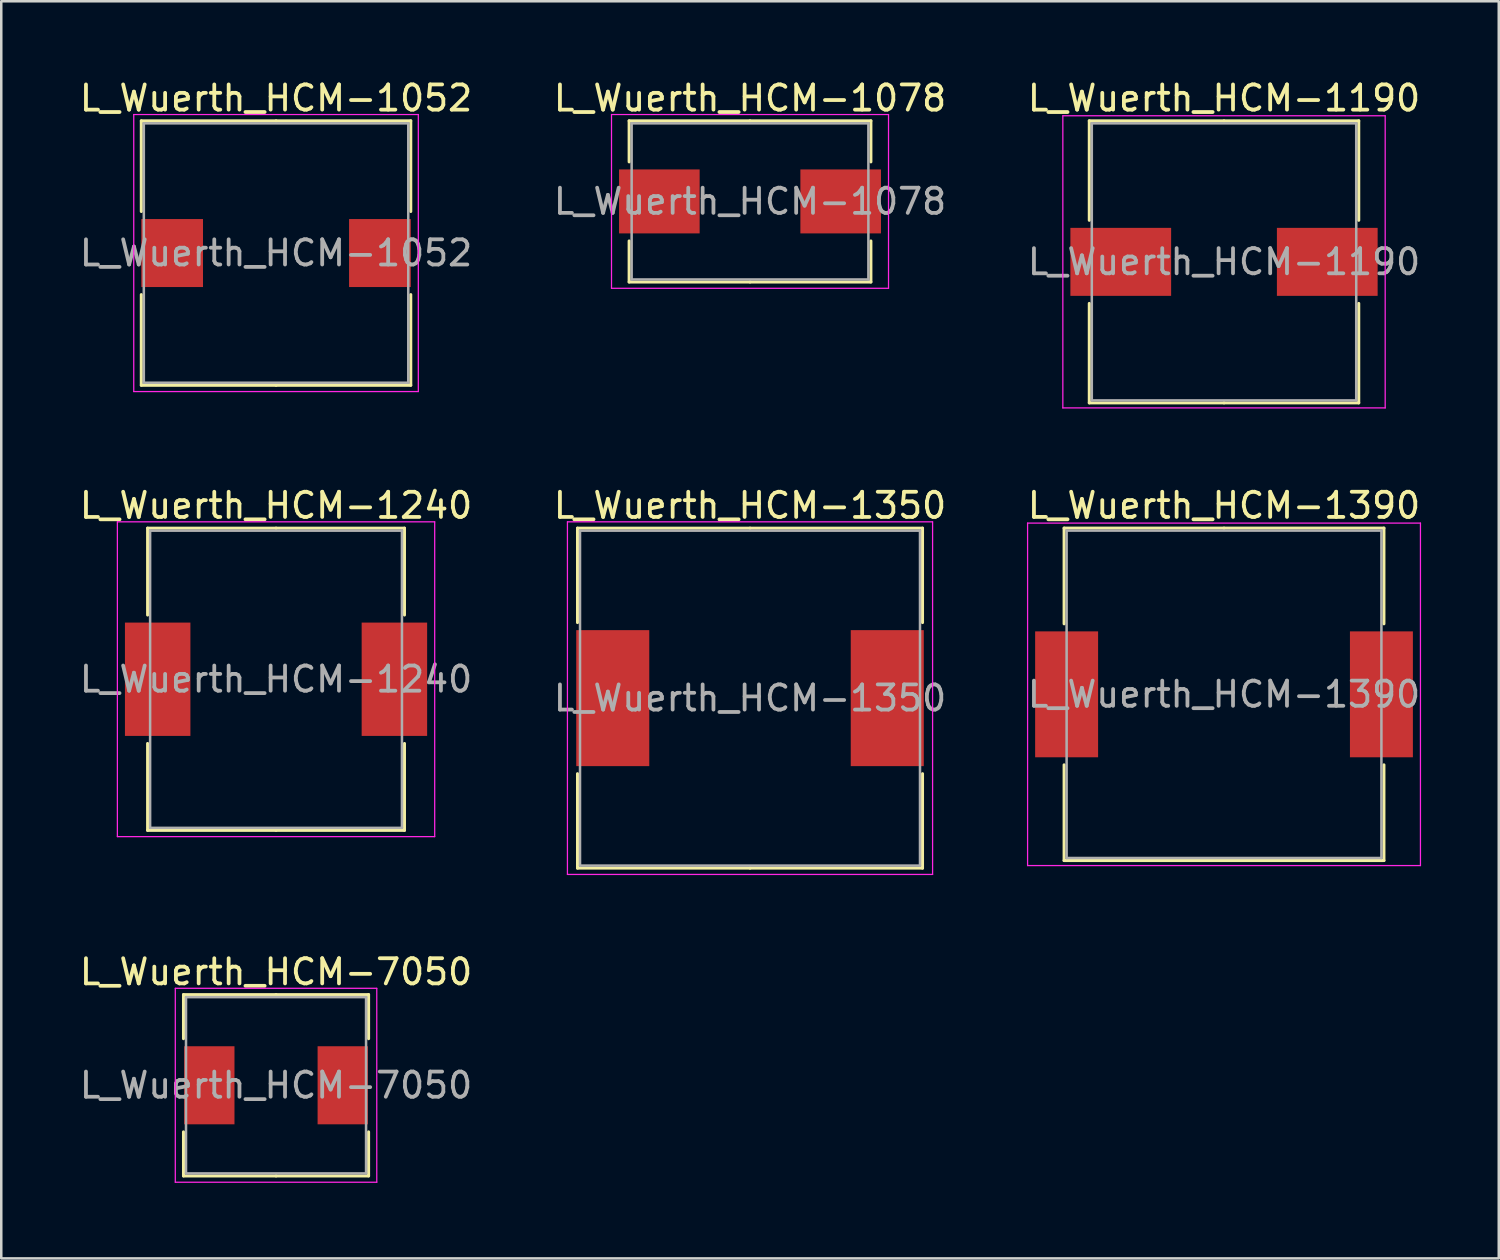
<source format=kicad_pcb>
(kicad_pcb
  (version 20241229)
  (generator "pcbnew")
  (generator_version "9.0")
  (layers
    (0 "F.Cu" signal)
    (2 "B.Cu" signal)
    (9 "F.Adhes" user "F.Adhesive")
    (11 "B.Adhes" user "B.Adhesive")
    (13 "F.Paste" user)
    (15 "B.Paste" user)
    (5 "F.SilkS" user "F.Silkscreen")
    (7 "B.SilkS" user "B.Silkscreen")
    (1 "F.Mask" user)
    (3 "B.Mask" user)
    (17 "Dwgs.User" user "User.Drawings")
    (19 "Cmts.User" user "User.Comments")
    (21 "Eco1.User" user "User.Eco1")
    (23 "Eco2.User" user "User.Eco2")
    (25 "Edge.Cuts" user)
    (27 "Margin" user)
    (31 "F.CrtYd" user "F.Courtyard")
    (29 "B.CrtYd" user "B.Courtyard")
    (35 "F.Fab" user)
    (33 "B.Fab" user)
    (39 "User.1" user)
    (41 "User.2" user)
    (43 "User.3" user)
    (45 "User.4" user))
  (footprint "L_Wuerth_HCM-1240"
    (layer "F.Cu")
    (at 7.911 23.922)
    (property "Reference" "L_Wuerth_HCM-1240" (at 0 -6.9 0) (layer "F.SilkS") (effects (font (size 1 1) (thickness 0.15))))
    (attr smd)
    (fp_line (start -5.1 -6) (end 0 -6) (stroke (width 0.12) (type solid)) (layer "F.SilkS"))
    (fp_line (start -5.1 -2.55) (end -5.1 -6) (stroke (width 0.12) (type solid)) (layer "F.SilkS"))
    (fp_line (start -5.1 2.55) (end -5.1 6) (stroke (width 0.12) (type solid)) (layer "F.SilkS"))
    (fp_line (start -5.1 6) (end 0 6) (stroke (width 0.12) (type solid)) (layer "F.SilkS"))
    (fp_line (start 5.1 -6) (end 0 -6) (stroke (width 0.12) (type solid)) (layer "F.SilkS"))
    (fp_line (start 5.1 -2.55) (end 5.1 -6) (stroke (width 0.12) (type solid)) (layer "F.SilkS"))
    (fp_line (start 5.1 2.55) (end 5.1 6) (stroke (width 0.12) (type solid)) (layer "F.SilkS"))
    (fp_line (start 5.1 6) (end 0 6) (stroke (width 0.12) (type solid)) (layer "F.SilkS"))
    (fp_line (start -6.3 -6.25) (end -6.3 6.25) (stroke (width 0.05) (type solid)) (layer "F.CrtYd"))
    (fp_line (start -6.3 6.25) (end 6.3 6.25) (stroke (width 0.05) (type solid)) (layer "F.CrtYd"))
    (fp_line (start 6.3 -6.25) (end -6.3 -6.25) (stroke (width 0.05) (type solid)) (layer "F.CrtYd"))
    (fp_line (start 6.3 6.25) (end 6.3 -6.25) (stroke (width 0.05) (type solid)) (layer "F.CrtYd"))
    (fp_line (start -5 -5.9) (end -5 5.9) (stroke (width 0.1) (type solid)) (layer "F.Fab"))
    (fp_line (start -5 5.9) (end 5 5.9) (stroke (width 0.1) (type solid)) (layer "F.Fab"))
    (fp_line (start 5 -5.9) (end -5 -5.9) (stroke (width 0.1) (type solid)) (layer "F.Fab"))
    (fp_line (start 5 5.9) (end 5 -5.9) (stroke (width 0.1) (type solid)) (layer "F.Fab"))
    (fp_text user "${REFERENCE}" (at 0 0 0) (layer "F.Fab") (effects (font (size 1 1) (thickness 0.15))))
    (pad "1" smd rect (at -4.7 0) (size 2.6 4.5) (layers "F.Cu" "F.Mask" "F.Paste"))
    (pad "2" smd rect (at 4.7 0) (size 2.6 4.5) (layers "F.Cu" "F.Mask" "F.Paste")))
  (footprint "L_Wuerth_HCM-1350"
    (layer "F.Cu")
    (at 26.732 24.672)
    (property "Reference" "L_Wuerth_HCM-1350" (at 0 -7.65 0) (layer "F.SilkS") (effects (font (size 1 1) (thickness 0.15))))
    (attr smd)
    (fp_line (start -6.85 -6.75) (end 0 -6.75) (stroke (width 0.12) (type solid)) (layer "F.SilkS"))
    (fp_line (start -6.85 -3) (end -6.85 -6.75) (stroke (width 0.12) (type solid)) (layer "F.SilkS"))
    (fp_line (start -6.85 3) (end -6.85 6.75) (stroke (width 0.12) (type solid)) (layer "F.SilkS"))
    (fp_line (start -6.85 6.75) (end 0 6.75) (stroke (width 0.12) (type solid)) (layer "F.SilkS"))
    (fp_line (start 6.85 -6.75) (end 0 -6.75) (stroke (width 0.12) (type solid)) (layer "F.SilkS"))
    (fp_line (start 6.85 -3) (end 6.85 -6.75) (stroke (width 0.12) (type solid)) (layer "F.SilkS"))
    (fp_line (start 6.85 3) (end 6.85 6.75) (stroke (width 0.12) (type solid)) (layer "F.SilkS"))
    (fp_line (start 6.85 6.75) (end 0 6.75) (stroke (width 0.12) (type solid)) (layer "F.SilkS"))
    (fp_line (start -7.25 -7) (end -7.25 7) (stroke (width 0.05) (type solid)) (layer "F.CrtYd"))
    (fp_line (start -7.25 7) (end 7.25 7) (stroke (width 0.05) (type solid)) (layer "F.CrtYd"))
    (fp_line (start 7.25 -7) (end -7.25 -7) (stroke (width 0.05) (type solid)) (layer "F.CrtYd"))
    (fp_line (start 7.25 7) (end 7.25 -7) (stroke (width 0.05) (type solid)) (layer "F.CrtYd"))
    (fp_line (start -6.75 -6.65) (end -6.75 6.65) (stroke (width 0.1) (type solid)) (layer "F.Fab"))
    (fp_line (start -6.75 6.65) (end 6.75 6.65) (stroke (width 0.1) (type solid)) (layer "F.Fab"))
    (fp_line (start 6.75 -6.65) (end -6.75 -6.65) (stroke (width 0.1) (type solid)) (layer "F.Fab"))
    (fp_line (start 6.75 6.65) (end 6.75 -6.65) (stroke (width 0.1) (type solid)) (layer "F.Fab"))
    (fp_text user "${REFERENCE}" (at 0 0 0) (layer "F.Fab") (effects (font (size 1 1) (thickness 0.15))))
    (pad "1" smd rect (at -5.45 0) (size 2.9 5.4) (layers "F.Cu" "F.Mask" "F.Paste"))
    (pad "2" smd rect (at 5.45 0) (size 2.9 5.4) (layers "F.Cu" "F.Mask" "F.Paste")))
  (footprint "L_Wuerth_HCM-7050"
    (layer "F.Cu")
    (at 7.911 40.045)
    (property "Reference" "L_Wuerth_HCM-7050" (at 0 -4.5 0) (layer "F.SilkS") (effects (font (size 1 1) (thickness 0.15))))
    (attr smd)
    (fp_line (start -3.675 -3.6) (end 0 -3.6) (stroke (width 0.12) (type solid)) (layer "F.SilkS"))
    (fp_line (start -3.675 -1.85) (end -3.675 -3.6) (stroke (width 0.12) (type solid)) (layer "F.SilkS"))
    (fp_line (start -3.675 1.85) (end -3.675 3.6) (stroke (width 0.12) (type solid)) (layer "F.SilkS"))
    (fp_line (start -3.675 3.6) (end 0 3.6) (stroke (width 0.12) (type solid)) (layer "F.SilkS"))
    (fp_line (start 3.675 -3.6) (end 0 -3.6) (stroke (width 0.12) (type solid)) (layer "F.SilkS"))
    (fp_line (start 3.675 -1.85) (end 3.675 -3.6) (stroke (width 0.12) (type solid)) (layer "F.SilkS"))
    (fp_line (start 3.675 1.85) (end 3.675 3.6) (stroke (width 0.12) (type solid)) (layer "F.SilkS"))
    (fp_line (start 3.675 3.6) (end 0 3.6) (stroke (width 0.12) (type solid)) (layer "F.SilkS"))
    (fp_line (start -4 -3.85) (end -4 3.85) (stroke (width 0.05) (type solid)) (layer "F.CrtYd"))
    (fp_line (start -4 3.85) (end 4 3.85) (stroke (width 0.05) (type solid)) (layer "F.CrtYd"))
    (fp_line (start 4 -3.85) (end -4 -3.85) (stroke (width 0.05) (type solid)) (layer "F.CrtYd"))
    (fp_line (start 4 3.85) (end 4 -3.85) (stroke (width 0.05) (type solid)) (layer "F.CrtYd"))
    (fp_line (start -3.575 -3.5) (end -3.575 3.5) (stroke (width 0.1) (type solid)) (layer "F.Fab"))
    (fp_line (start -3.575 3.5) (end 3.575 3.5) (stroke (width 0.1) (type solid)) (layer "F.Fab"))
    (fp_line (start 3.575 -3.5) (end -3.575 -3.5) (stroke (width 0.1) (type solid)) (layer "F.Fab"))
    (fp_line (start 3.575 3.5) (end 3.575 -3.5) (stroke (width 0.1) (type solid)) (layer "F.Fab"))
    (fp_text user "${REFERENCE}" (at 0 0 0) (layer "F.Fab") (effects (font (size 1 1) (thickness 0.15))))
    (pad "1" smd rect (at -2.65 0) (size 2 3.1) (layers "F.Cu" "F.Mask" "F.Paste"))
    (pad "2" smd rect (at 2.65 0) (size 2 3.1) (layers "F.Cu" "F.Mask" "F.Paste")))
  (footprint "L_Wuerth_HCM-1052"
    (layer "F.Cu")
    (at 7.911 6.998)
    (property "Reference" "L_Wuerth_HCM-1052" (at 0 -6.15 0) (layer "F.SilkS") (effects (font (size 1 1) (thickness 0.15))))
    (attr smd)
    (fp_line (start -5.35 -5.25) (end 0 -5.25) (stroke (width 0.12) (type solid)) (layer "F.SilkS"))
    (fp_line (start -5.35 -1.65) (end -5.35 -5.25) (stroke (width 0.12) (type solid)) (layer "F.SilkS"))
    (fp_line (start -5.35 1.65) (end -5.35 5.25) (stroke (width 0.12) (type solid)) (layer "F.SilkS"))
    (fp_line (start -5.35 5.25) (end 0 5.25) (stroke (width 0.12) (type solid)) (layer "F.SilkS"))
    (fp_line (start 5.35 -5.25) (end 0 -5.25) (stroke (width 0.12) (type solid)) (layer "F.SilkS"))
    (fp_line (start 5.35 -1.65) (end 5.35 -5.25) (stroke (width 0.12) (type solid)) (layer "F.SilkS"))
    (fp_line (start 5.35 1.65) (end 5.35 5.25) (stroke (width 0.12) (type solid)) (layer "F.SilkS"))
    (fp_line (start 5.35 5.25) (end 0 5.25) (stroke (width 0.12) (type solid)) (layer "F.SilkS"))
    (fp_line (start -5.65 -5.5) (end -5.65 5.5) (stroke (width 0.05) (type solid)) (layer "F.CrtYd"))
    (fp_line (start -5.65 5.5) (end 5.65 5.5) (stroke (width 0.05) (type solid)) (layer "F.CrtYd"))
    (fp_line (start 5.65 -5.5) (end -5.65 -5.5) (stroke (width 0.05) (type solid)) (layer "F.CrtYd"))
    (fp_line (start 5.65 5.5) (end 5.65 -5.5) (stroke (width 0.05) (type solid)) (layer "F.CrtYd"))
    (fp_line (start -5.25 -5.15) (end -5.25 5.15) (stroke (width 0.1) (type solid)) (layer "F.Fab"))
    (fp_line (start -5.25 5.15) (end 5.25 5.15) (stroke (width 0.1) (type solid)) (layer "F.Fab"))
    (fp_line (start 5.25 -5.15) (end -5.25 -5.15) (stroke (width 0.1) (type solid)) (layer "F.Fab"))
    (fp_line (start 5.25 5.15) (end 5.25 -5.15) (stroke (width 0.1) (type solid)) (layer "F.Fab"))
    (fp_text user "${REFERENCE}" (at 0 0 0) (layer "F.Fab") (effects (font (size 1 1) (thickness 0.15))))
    (pad "1" smd rect (at -4.125 0) (size 2.45 2.7) (layers "F.Cu" "F.Mask" "F.Paste"))
    (pad "2" smd rect (at 4.125 0) (size 2.45 2.7) (layers "F.Cu" "F.Mask" "F.Paste")))
  (footprint "L_Wuerth_HCM-1078"
    (layer "F.Cu")
    (at 26.732 4.948)
    (property "Reference" "L_Wuerth_HCM-1078" (at 0 -4.1 0) (layer "F.SilkS") (effects (font (size 1 1) (thickness 0.15))))
    (attr smd)
    (fp_line (start -4.8 -3.2) (end 0 -3.2) (stroke (width 0.12) (type solid)) (layer "F.SilkS"))
    (fp_line (start -4.8 -1.57) (end -4.8 -3.2) (stroke (width 0.12) (type solid)) (layer "F.SilkS"))
    (fp_line (start -4.8 1.57) (end -4.8 3.2) (stroke (width 0.12) (type solid)) (layer "F.SilkS"))
    (fp_line (start -4.8 3.2) (end 0 3.2) (stroke (width 0.12) (type solid)) (layer "F.SilkS"))
    (fp_line (start 4.8 -3.2) (end 0 -3.2) (stroke (width 0.12) (type solid)) (layer "F.SilkS"))
    (fp_line (start 4.8 -1.57) (end 4.8 -3.2) (stroke (width 0.12) (type solid)) (layer "F.SilkS"))
    (fp_line (start 4.8 1.57) (end 4.8 3.2) (stroke (width 0.12) (type solid)) (layer "F.SilkS"))
    (fp_line (start 4.8 3.2) (end 0 3.2) (stroke (width 0.12) (type solid)) (layer "F.SilkS"))
    (fp_line (start -5.5 -3.45) (end -5.5 3.45) (stroke (width 0.05) (type solid)) (layer "F.CrtYd"))
    (fp_line (start -5.5 3.45) (end 5.5 3.45) (stroke (width 0.05) (type solid)) (layer "F.CrtYd"))
    (fp_line (start 5.5 -3.45) (end -5.5 -3.45) (stroke (width 0.05) (type solid)) (layer "F.CrtYd"))
    (fp_line (start 5.5 3.45) (end 5.5 -3.45) (stroke (width 0.05) (type solid)) (layer "F.CrtYd"))
    (fp_line (start -4.7 -3.1) (end -4.7 3.1) (stroke (width 0.1) (type solid)) (layer "F.Fab"))
    (fp_line (start -4.7 3.1) (end 4.7 3.1) (stroke (width 0.1) (type solid)) (layer "F.Fab"))
    (fp_line (start 4.7 -3.1) (end -4.7 -3.1) (stroke (width 0.1) (type solid)) (layer "F.Fab"))
    (fp_line (start 4.7 3.1) (end 4.7 -3.1) (stroke (width 0.1) (type solid)) (layer "F.Fab"))
    (fp_text user "${REFERENCE}" (at 0 0 0) (layer "F.Fab") (effects (font (size 1 1) (thickness 0.15))))
    (pad "1" smd rect (at -3.6 0) (size 3.2 2.54) (layers "F.Cu" "F.Mask" "F.Paste"))
    (pad "2" smd rect (at 3.6 0) (size 3.2 2.54) (layers "F.Cu" "F.Mask" "F.Paste")))
  (footprint "L_Wuerth_HCM-1190"
    (layer "F.Cu")
    (at 45.554 7.348)
    (property "Reference" "L_Wuerth_HCM-1190" (at 0 -6.5 0) (layer "F.SilkS") (effects (font (size 1 1) (thickness 0.15))))
    (attr smd)
    (fp_line (start -5.35 -5.6) (end 0 -5.6) (stroke (width 0.12) (type solid)) (layer "F.SilkS"))
    (fp_line (start -5.35 -1.65) (end -5.35 -5.6) (stroke (width 0.12) (type solid)) (layer "F.SilkS"))
    (fp_line (start -5.35 1.65) (end -5.35 5.6) (stroke (width 0.12) (type solid)) (layer "F.SilkS"))
    (fp_line (start -5.35 5.6) (end 0 5.6) (stroke (width 0.12) (type solid)) (layer "F.SilkS"))
    (fp_line (start 5.35 -5.6) (end 0 -5.6) (stroke (width 0.12) (type solid)) (layer "F.SilkS"))
    (fp_line (start 5.35 -1.65) (end 5.35 -5.6) (stroke (width 0.12) (type solid)) (layer "F.SilkS"))
    (fp_line (start 5.35 1.65) (end 5.35 5.6) (stroke (width 0.12) (type solid)) (layer "F.SilkS"))
    (fp_line (start 5.35 5.6) (end 0 5.6) (stroke (width 0.12) (type solid)) (layer "F.SilkS"))
    (fp_line (start -6.4 -5.8) (end -6.4 5.8) (stroke (width 0.05) (type solid)) (layer "F.CrtYd"))
    (fp_line (start -6.4 5.8) (end 6.4 5.8) (stroke (width 0.05) (type solid)) (layer "F.CrtYd"))
    (fp_line (start 6.4 -5.8) (end -6.4 -5.8) (stroke (width 0.05) (type solid)) (layer "F.CrtYd"))
    (fp_line (start 6.4 5.8) (end 6.4 -5.8) (stroke (width 0.05) (type solid)) (layer "F.CrtYd"))
    (fp_line (start -5.25 -5.5) (end -5.25 5.5) (stroke (width 0.1) (type solid)) (layer "F.Fab"))
    (fp_line (start -5.25 5.5) (end 5.25 5.5) (stroke (width 0.1) (type solid)) (layer "F.Fab"))
    (fp_line (start 5.25 -5.5) (end -5.25 -5.5) (stroke (width 0.1) (type solid)) (layer "F.Fab"))
    (fp_line (start 5.25 5.5) (end 5.25 -5.5) (stroke (width 0.1) (type solid)) (layer "F.Fab"))
    (fp_text user "${REFERENCE}" (at 0 0 0) (layer "F.Fab") (effects (font (size 1 1) (thickness 0.15))))
    (pad "1" smd rect (at -4.1 0) (size 4 2.7) (layers "F.Cu" "F.Mask" "F.Paste"))
    (pad "2" smd rect (at 4.1 0) (size 4 2.7) (layers "F.Cu" "F.Mask" "F.Paste")))
  (footprint "L_Wuerth_HCM-1390"
    (layer "F.Cu")
    (at 45.554 24.521)
    (property "Reference" "L_Wuerth_HCM-1390" (at 0 -7.5 0) (layer "F.SilkS") (effects (font (size 1 1) (thickness 0.15))))
    (attr smd)
    (fp_line (start -6.35 -6.6) (end 0 -6.6) (stroke (width 0.12) (type solid)) (layer "F.SilkS"))
    (fp_line (start -6.35 -2.8) (end -6.35 -6.6) (stroke (width 0.12) (type solid)) (layer "F.SilkS"))
    (fp_line (start -6.35 2.8) (end -6.35 6.6) (stroke (width 0.12) (type solid)) (layer "F.SilkS"))
    (fp_line (start -6.35 6.6) (end 0 6.6) (stroke (width 0.12) (type solid)) (layer "F.SilkS"))
    (fp_line (start 6.35 -6.6) (end 0 -6.6) (stroke (width 0.12) (type solid)) (layer "F.SilkS"))
    (fp_line (start 6.35 -2.8) (end 6.35 -6.6) (stroke (width 0.12) (type solid)) (layer "F.SilkS"))
    (fp_line (start 6.35 2.8) (end 6.35 6.6) (stroke (width 0.12) (type solid)) (layer "F.SilkS"))
    (fp_line (start 6.35 6.6) (end 0 6.6) (stroke (width 0.12) (type solid)) (layer "F.SilkS"))
    (fp_line (start -7.8 -6.8) (end -7.8 6.8) (stroke (width 0.05) (type solid)) (layer "F.CrtYd"))
    (fp_line (start -7.8 6.8) (end 7.8 6.8) (stroke (width 0.05) (type solid)) (layer "F.CrtYd"))
    (fp_line (start 7.8 -6.8) (end -7.8 -6.8) (stroke (width 0.05) (type solid)) (layer "F.CrtYd"))
    (fp_line (start 7.8 6.8) (end 7.8 -6.8) (stroke (width 0.05) (type solid)) (layer "F.CrtYd"))
    (fp_line (start -6.25 -6.5) (end -6.25 6.5) (stroke (width 0.1) (type solid)) (layer "F.Fab"))
    (fp_line (start -6.25 6.5) (end 6.25 6.5) (stroke (width 0.1) (type solid)) (layer "F.Fab"))
    (fp_line (start 6.25 -6.5) (end -6.25 -6.5) (stroke (width 0.1) (type solid)) (layer "F.Fab"))
    (fp_line (start 6.25 6.5) (end 6.25 -6.5) (stroke (width 0.1) (type solid)) (layer "F.Fab"))
    (fp_text user "${REFERENCE}" (at 0 0 0) (layer "F.Fab") (effects (font (size 1 1) (thickness 0.15))))
    (pad "1" smd rect (at -6.25 0) (size 2.5 5) (layers "F.Cu" "F.Mask" "F.Paste"))
    (pad "2" smd rect (at 6.25 0) (size 2.5 5) (layers "F.Cu" "F.Mask" "F.Paste")))
  (gr_rect
    (start -3 -3)
    (end 56.464 46.92)
    (stroke (width 0.1) (type default))
    (fill no)
    (layer "Edge.Cuts")))
</source>
